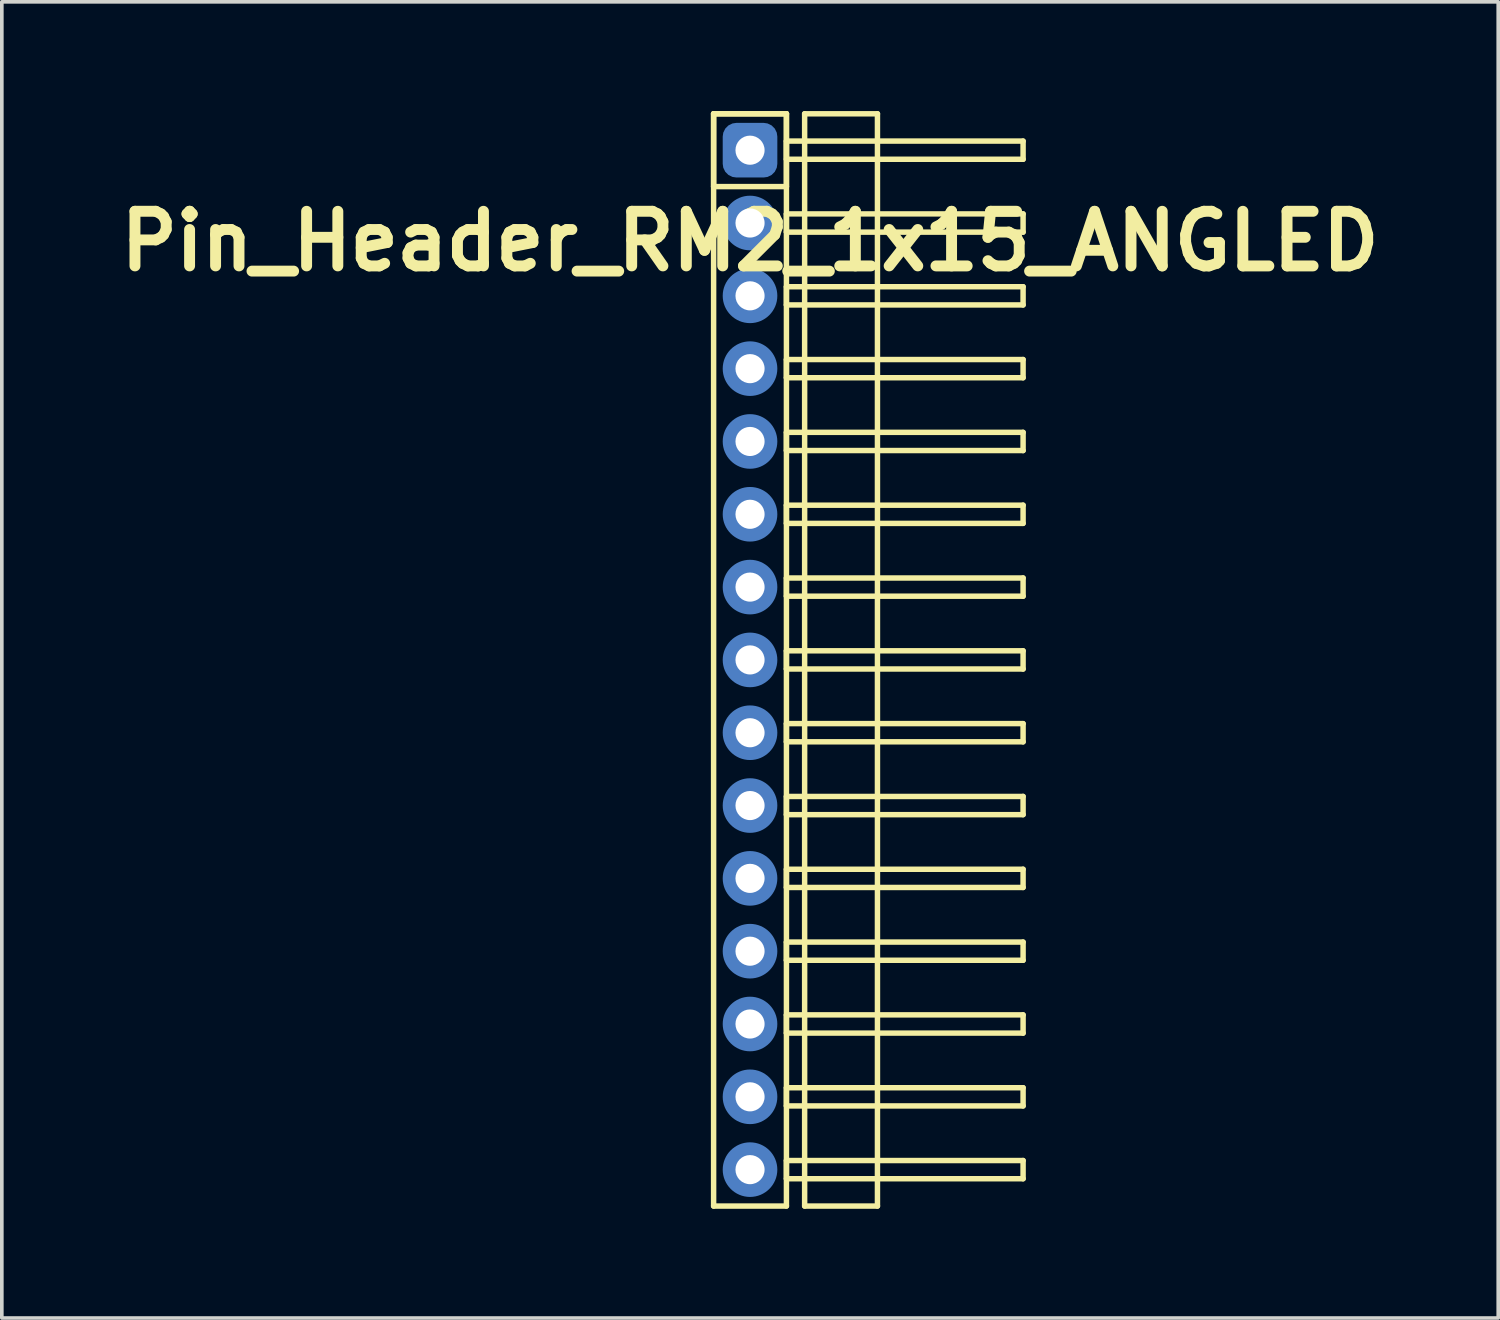
<source format=kicad_pcb>
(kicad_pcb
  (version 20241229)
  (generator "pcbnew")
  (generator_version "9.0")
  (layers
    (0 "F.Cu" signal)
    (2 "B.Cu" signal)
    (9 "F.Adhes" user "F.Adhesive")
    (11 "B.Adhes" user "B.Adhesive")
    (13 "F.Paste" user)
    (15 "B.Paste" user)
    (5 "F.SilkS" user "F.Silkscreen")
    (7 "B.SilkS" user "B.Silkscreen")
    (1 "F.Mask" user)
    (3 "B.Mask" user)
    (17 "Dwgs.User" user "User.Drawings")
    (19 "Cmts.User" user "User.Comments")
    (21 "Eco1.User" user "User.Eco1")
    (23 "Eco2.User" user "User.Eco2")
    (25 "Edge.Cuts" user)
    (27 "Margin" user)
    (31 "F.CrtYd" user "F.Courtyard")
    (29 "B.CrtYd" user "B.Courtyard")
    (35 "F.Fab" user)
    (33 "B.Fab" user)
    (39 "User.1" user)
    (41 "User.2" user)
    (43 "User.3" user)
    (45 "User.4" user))
  (footprint "Pin_Header_RM2_1x15_ANGLED"
    (layer "F.Cu")
    (at 17.55 1.075)
    (property "Reference" "Pin_Header_RM2_1x15_ANGLED" (at 0 2.5 0) (layer "F.SilkS") (effects (font (size 1.5 1.5) (thickness 0.3))))
    (attr through_hole)
    (fp_line (start -1 -1) (end 1 -1) (stroke (width 0.15) (type solid)) (layer "F.SilkS"))
    (fp_line (start -1 -1) (end 1 -1) (stroke (width 0.15) (type solid)) (layer "F.SilkS"))
    (fp_line (start -1 1) (end -1 -1) (stroke (width 0.15) (type solid)) (layer "F.SilkS"))
    (fp_line (start -1 29) (end -1 -1) (stroke (width 0.15) (type solid)) (layer "F.SilkS"))
    (fp_line (start 1 -1) (end 1 1) (stroke (width 0.15) (type solid)) (layer "F.SilkS"))
    (fp_line (start 1 -1) (end 1 29) (stroke (width 0.15) (type solid)) (layer "F.SilkS"))
    (fp_line (start 1 -0.25) (end 7.5 -0.25) (stroke (width 0.15) (type solid)) (layer "F.SilkS"))
    (fp_line (start 1 0.25) (end 1 -0.25) (stroke (width 0.15) (type solid)) (layer "F.SilkS"))
    (fp_line (start 1 1) (end -1 1) (stroke (width 0.15) (type solid)) (layer "F.SilkS"))
    (fp_line (start 1 1.75) (end 7.5 1.75) (stroke (width 0.15) (type solid)) (layer "F.SilkS"))
    (fp_line (start 1 2.25) (end 1 1.75) (stroke (width 0.15) (type solid)) (layer "F.SilkS"))
    (fp_line (start 1 3.75) (end 7.5 3.75) (stroke (width 0.15) (type solid)) (layer "F.SilkS"))
    (fp_line (start 1 4.25) (end 1 3.75) (stroke (width 0.15) (type solid)) (layer "F.SilkS"))
    (fp_line (start 1 5.75) (end 7.5 5.75) (stroke (width 0.15) (type solid)) (layer "F.SilkS"))
    (fp_line (start 1 6.25) (end 1 5.75) (stroke (width 0.15) (type solid)) (layer "F.SilkS"))
    (fp_line (start 1 7.75) (end 7.5 7.75) (stroke (width 0.15) (type solid)) (layer "F.SilkS"))
    (fp_line (start 1 8.25) (end 1 7.75) (stroke (width 0.15) (type solid)) (layer "F.SilkS"))
    (fp_line (start 1 9.75) (end 7.5 9.75) (stroke (width 0.15) (type solid)) (layer "F.SilkS"))
    (fp_line (start 1 10.25) (end 1 9.75) (stroke (width 0.15) (type solid)) (layer "F.SilkS"))
    (fp_line (start 1 11.75) (end 7.5 11.75) (stroke (width 0.15) (type solid)) (layer "F.SilkS"))
    (fp_line (start 1 12.25) (end 1 11.75) (stroke (width 0.15) (type solid)) (layer "F.SilkS"))
    (fp_line (start 1 13.75) (end 7.5 13.75) (stroke (width 0.15) (type solid)) (layer "F.SilkS"))
    (fp_line (start 1 14.25) (end 1 13.75) (stroke (width 0.15) (type solid)) (layer "F.SilkS"))
    (fp_line (start 1 15.75) (end 7.5 15.75) (stroke (width 0.15) (type solid)) (layer "F.SilkS"))
    (fp_line (start 1 16.25) (end 1 15.75) (stroke (width 0.15) (type solid)) (layer "F.SilkS"))
    (fp_line (start 1 17.75) (end 7.5 17.75) (stroke (width 0.15) (type solid)) (layer "F.SilkS"))
    (fp_line (start 1 18.25) (end 1 17.75) (stroke (width 0.15) (type solid)) (layer "F.SilkS"))
    (fp_line (start 1 19.75) (end 7.5 19.75) (stroke (width 0.15) (type solid)) (layer "F.SilkS"))
    (fp_line (start 1 20.25) (end 1 19.75) (stroke (width 0.15) (type solid)) (layer "F.SilkS"))
    (fp_line (start 1 21.75) (end 7.5 21.75) (stroke (width 0.15) (type solid)) (layer "F.SilkS"))
    (fp_line (start 1 22.25) (end 1 21.75) (stroke (width 0.15) (type solid)) (layer "F.SilkS"))
    (fp_line (start 1 23.75) (end 7.5 23.75) (stroke (width 0.15) (type solid)) (layer "F.SilkS"))
    (fp_line (start 1 24.25) (end 1 23.75) (stroke (width 0.15) (type solid)) (layer "F.SilkS"))
    (fp_line (start 1 25.75) (end 7.5 25.75) (stroke (width 0.15) (type solid)) (layer "F.SilkS"))
    (fp_line (start 1 26.25) (end 1 25.75) (stroke (width 0.15) (type solid)) (layer "F.SilkS"))
    (fp_line (start 1 27.75) (end 7.5 27.75) (stroke (width 0.15) (type solid)) (layer "F.SilkS"))
    (fp_line (start 1 28.25) (end 1 27.75) (stroke (width 0.15) (type solid)) (layer "F.SilkS"))
    (fp_line (start 1 29) (end -1 29) (stroke (width 0.15) (type solid)) (layer "F.SilkS"))
    (fp_line (start 1.5 -1) (end 3.5 -1) (stroke (width 0.15) (type solid)) (layer "F.SilkS"))
    (fp_line (start 1.5 29) (end 1.5 -1) (stroke (width 0.15) (type solid)) (layer "F.SilkS"))
    (fp_line (start 3.5 -1) (end 3.5 29) (stroke (width 0.15) (type solid)) (layer "F.SilkS"))
    (fp_line (start 3.5 29) (end 1.5 29) (stroke (width 0.15) (type solid)) (layer "F.SilkS"))
    (fp_line (start 7.5 -0.25) (end 7.5 0.25) (stroke (width 0.15) (type solid)) (layer "F.SilkS"))
    (fp_line (start 7.5 0.25) (end 1 0.25) (stroke (width 0.15) (type solid)) (layer "F.SilkS"))
    (fp_line (start 7.5 1.75) (end 7.5 2.25) (stroke (width 0.15) (type solid)) (layer "F.SilkS"))
    (fp_line (start 7.5 2.25) (end 1 2.25) (stroke (width 0.15) (type solid)) (layer "F.SilkS"))
    (fp_line (start 7.5 3.75) (end 7.5 4.25) (stroke (width 0.15) (type solid)) (layer "F.SilkS"))
    (fp_line (start 7.5 4.25) (end 1 4.25) (stroke (width 0.15) (type solid)) (layer "F.SilkS"))
    (fp_line (start 7.5 5.75) (end 7.5 6.25) (stroke (width 0.15) (type solid)) (layer "F.SilkS"))
    (fp_line (start 7.5 6.25) (end 1 6.25) (stroke (width 0.15) (type solid)) (layer "F.SilkS"))
    (fp_line (start 7.5 7.75) (end 7.5 8.25) (stroke (width 0.15) (type solid)) (layer "F.SilkS"))
    (fp_line (start 7.5 8.25) (end 1 8.25) (stroke (width 0.15) (type solid)) (layer "F.SilkS"))
    (fp_line (start 7.5 9.75) (end 7.5 10.25) (stroke (width 0.15) (type solid)) (layer "F.SilkS"))
    (fp_line (start 7.5 10.25) (end 1 10.25) (stroke (width 0.15) (type solid)) (layer "F.SilkS"))
    (fp_line (start 7.5 11.75) (end 7.5 12.25) (stroke (width 0.15) (type solid)) (layer "F.SilkS"))
    (fp_line (start 7.5 12.25) (end 1 12.25) (stroke (width 0.15) (type solid)) (layer "F.SilkS"))
    (fp_line (start 7.5 13.75) (end 7.5 14.25) (stroke (width 0.15) (type solid)) (layer "F.SilkS"))
    (fp_line (start 7.5 14.25) (end 1 14.25) (stroke (width 0.15) (type solid)) (layer "F.SilkS"))
    (fp_line (start 7.5 15.75) (end 7.5 16.25) (stroke (width 0.15) (type solid)) (layer "F.SilkS"))
    (fp_line (start 7.5 16.25) (end 1 16.25) (stroke (width 0.15) (type solid)) (layer "F.SilkS"))
    (fp_line (start 7.5 17.75) (end 7.5 18.25) (stroke (width 0.15) (type solid)) (layer "F.SilkS"))
    (fp_line (start 7.5 18.25) (end 1 18.25) (stroke (width 0.15) (type solid)) (layer "F.SilkS"))
    (fp_line (start 7.5 19.75) (end 7.5 20.25) (stroke (width 0.15) (type solid)) (layer "F.SilkS"))
    (fp_line (start 7.5 20.25) (end 1 20.25) (stroke (width 0.15) (type solid)) (layer "F.SilkS"))
    (fp_line (start 7.5 21.75) (end 7.5 22.25) (stroke (width 0.15) (type solid)) (layer "F.SilkS"))
    (fp_line (start 7.5 22.25) (end 1 22.25) (stroke (width 0.15) (type solid)) (layer "F.SilkS"))
    (fp_line (start 7.5 23.75) (end 7.5 24.25) (stroke (width 0.15) (type solid)) (layer "F.SilkS"))
    (fp_line (start 7.5 24.25) (end 1 24.25) (stroke (width 0.15) (type solid)) (layer "F.SilkS"))
    (fp_line (start 7.5 25.75) (end 7.5 26.25) (stroke (width 0.15) (type solid)) (layer "F.SilkS"))
    (fp_line (start 7.5 26.25) (end 1 26.25) (stroke (width 0.15) (type solid)) (layer "F.SilkS"))
    (fp_line (start 7.5 27.75) (end 7.5 28.25) (stroke (width 0.15) (type solid)) (layer "F.SilkS"))
    (fp_line (start 7.5 28.25) (end 1 28.25) (stroke (width 0.15) (type solid)) (layer "F.SilkS"))
    (pad "1" thru_hole circle (at 0 0) (size 1.1 1.1) (drill 0.8) (layers "*.Cu" "*.Mask"))
    (pad "1" smd roundrect (at 0 0) (size 1.25 1.25) (layers "F.Cu" "F.Mask") (roundrect_rratio 0.25))
    (pad "1" smd roundrect (at 0 0) (size 1.5 1.5) (layers "B.Cu" "B.Mask") (roundrect_rratio 0.25))
    (pad "2" thru_hole circle (at 0 2) (size 1.1 1.1) (drill 0.8) (layers "*.Cu" "*.Mask"))
    (pad "2" smd circle (at 0 2) (size 1.25 1.25) (layers "F.Cu" "F.Mask"))
    (pad "2" smd circle (at 0 2) (size 1.5 1.5) (layers "B.Cu" "B.Mask"))
    (pad "3" thru_hole circle (at 0 4) (size 1.1 1.1) (drill 0.8) (layers "*.Cu" "*.Mask"))
    (pad "3" smd circle (at 0 4) (size 1.25 1.25) (layers "F.Cu" "F.Mask"))
    (pad "3" smd circle (at 0 4) (size 1.5 1.5) (layers "B.Cu" "B.Mask"))
    (pad "4" thru_hole circle (at 0 6) (size 1.1 1.1) (drill 0.8) (layers "*.Cu" "*.Mask"))
    (pad "4" smd circle (at 0 6) (size 1.25 1.25) (layers "F.Cu" "F.Mask"))
    (pad "4" smd circle (at 0 6) (size 1.5 1.5) (layers "B.Cu" "B.Mask"))
    (pad "5" thru_hole circle (at 0 8) (size 1.1 1.1) (drill 0.8) (layers "*.Cu" "*.Mask"))
    (pad "5" smd circle (at 0 8) (size 1.25 1.25) (layers "F.Cu" "F.Mask"))
    (pad "5" smd circle (at 0 8) (size 1.5 1.5) (layers "B.Cu" "B.Mask"))
    (pad "6" thru_hole circle (at 0 10) (size 1.1 1.1) (drill 0.8) (layers "*.Cu" "*.Mask"))
    (pad "6" smd circle (at 0 10) (size 1.25 1.25) (layers "F.Cu" "F.Mask"))
    (pad "6" smd circle (at 0 10) (size 1.5 1.5) (layers "B.Cu" "B.Mask"))
    (pad "7" thru_hole circle (at 0 12) (size 1.1 1.1) (drill 0.8) (layers "*.Cu" "*.Mask"))
    (pad "7" smd circle (at 0 12) (size 1.25 1.25) (layers "F.Cu" "F.Mask"))
    (pad "7" smd circle (at 0 12) (size 1.5 1.5) (layers "B.Cu" "B.Mask"))
    (pad "8" thru_hole circle (at 0 14) (size 1.1 1.1) (drill 0.8) (layers "*.Cu" "*.Mask"))
    (pad "8" smd circle (at 0 14) (size 1.25 1.25) (layers "F.Cu" "F.Mask"))
    (pad "8" smd circle (at 0 14) (size 1.5 1.5) (layers "B.Cu" "B.Mask"))
    (pad "9" thru_hole circle (at 0 16) (size 1.1 1.1) (drill 0.8) (layers "*.Cu" "*.Mask"))
    (pad "9" smd circle (at 0 16) (size 1.25 1.25) (layers "F.Cu" "F.Mask"))
    (pad "9" smd circle (at 0 16) (size 1.5 1.5) (layers "B.Cu" "B.Mask"))
    (pad "10" thru_hole circle (at 0 18) (size 1.1 1.1) (drill 0.8) (layers "*.Cu" "*.Mask"))
    (pad "10" smd circle (at 0 18) (size 1.25 1.25) (layers "F.Cu" "F.Mask"))
    (pad "10" smd circle (at 0 18) (size 1.5 1.5) (layers "B.Cu" "B.Mask"))
    (pad "11" thru_hole circle (at 0 20) (size 1.1 1.1) (drill 0.8) (layers "*.Cu" "*.Mask"))
    (pad "11" smd circle (at 0 20) (size 1.25 1.25) (layers "F.Cu" "F.Mask"))
    (pad "11" smd circle (at 0 20) (size 1.5 1.5) (layers "B.Cu" "B.Mask"))
    (pad "12" thru_hole circle (at 0 22) (size 1.1 1.1) (drill 0.8) (layers "*.Cu" "*.Mask"))
    (pad "12" smd circle (at 0 22) (size 1.25 1.25) (layers "F.Cu" "F.Mask"))
    (pad "12" smd circle (at 0 22) (size 1.5 1.5) (layers "B.Cu" "B.Mask"))
    (pad "13" thru_hole circle (at 0 24) (size 1.1 1.1) (drill 0.8) (layers "*.Cu" "*.Mask"))
    (pad "13" smd circle (at 0 24) (size 1.25 1.25) (layers "F.Cu" "F.Mask"))
    (pad "13" smd circle (at 0 24) (size 1.5 1.5) (layers "B.Cu" "B.Mask"))
    (pad "14" thru_hole circle (at 0 26) (size 1.1 1.1) (drill 0.8) (layers "*.Cu" "*.Mask"))
    (pad "14" smd circle (at 0 26) (size 1.25 1.25) (layers "F.Cu" "F.Mask"))
    (pad "14" smd circle (at 0 26) (size 1.5 1.5) (layers "B.Cu" "B.Mask"))
    (pad "15" thru_hole circle (at 0 28) (size 1.1 1.1) (drill 0.8) (layers "*.Cu" "*.Mask"))
    (pad "15" smd circle (at 0 28) (size 1.25 1.25) (layers "F.Cu" "F.Mask"))
    (pad "15" smd circle (at 0 28) (size 1.5 1.5) (layers "B.Cu" "B.Mask")))
  (gr_rect
    (start -3 -3)
    (end 38.1 33.15)
    (stroke (width 0.1) (type default))
    (fill no)
    (layer "Edge.Cuts")))
</source>
